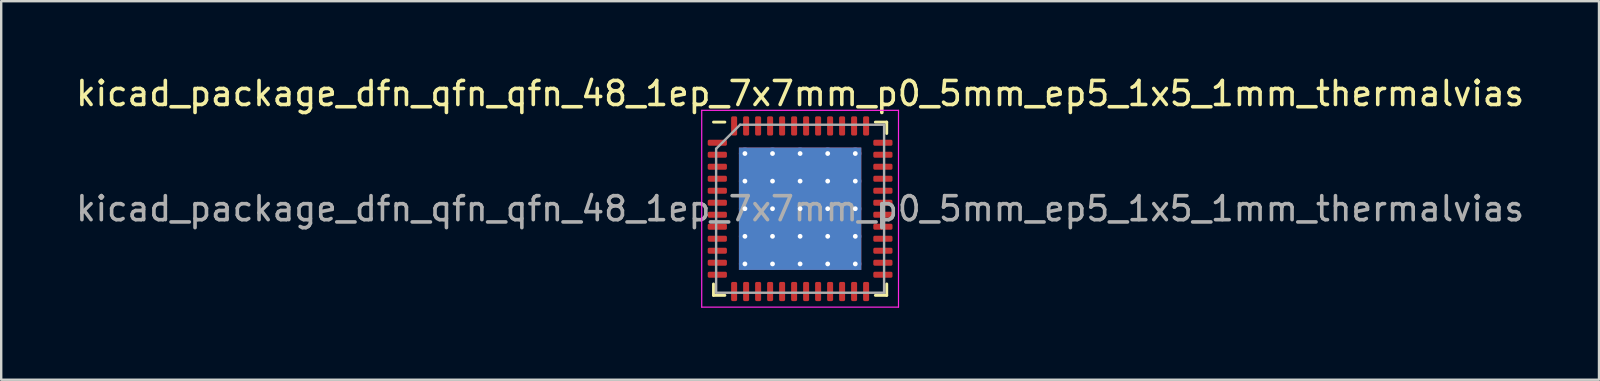
<source format=kicad_pcb>
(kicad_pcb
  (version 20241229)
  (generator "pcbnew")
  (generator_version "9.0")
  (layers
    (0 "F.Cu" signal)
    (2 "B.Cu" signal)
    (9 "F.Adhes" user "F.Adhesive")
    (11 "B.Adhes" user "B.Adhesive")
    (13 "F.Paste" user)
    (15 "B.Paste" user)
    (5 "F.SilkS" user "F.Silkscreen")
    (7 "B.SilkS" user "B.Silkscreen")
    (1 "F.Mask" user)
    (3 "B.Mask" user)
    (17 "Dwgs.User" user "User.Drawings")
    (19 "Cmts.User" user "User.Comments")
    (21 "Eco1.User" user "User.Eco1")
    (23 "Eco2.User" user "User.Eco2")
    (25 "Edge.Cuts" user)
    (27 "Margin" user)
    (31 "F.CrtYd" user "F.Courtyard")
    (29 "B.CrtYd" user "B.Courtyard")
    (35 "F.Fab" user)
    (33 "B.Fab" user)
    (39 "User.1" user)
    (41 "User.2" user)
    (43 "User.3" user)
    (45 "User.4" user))
  (footprint "kicad_package_dfn_qfn_qfn_48_1ep_7x7mm_p0_5mm_ep5_1x5_1mm_thermalvias"
    (layer "F.Cu")
    (at 30.292 5.648)
    (property "Reference" "kicad_package_dfn_qfn_qfn_48_1ep_7x7mm_p0_5mm_ep5_1x5_1mm_thermalvias" (at 0 -4.8 0) (layer "F.SilkS") (effects (font (size 1 1) (thickness 0.15))))
    (attr smd)
    (fp_line (start -3.61 3.61) (end -3.61 3.135) (stroke (width 0.12) (type solid)) (layer "F.SilkS"))
    (fp_line (start -3.135 -3.61) (end -3.61 -3.61) (stroke (width 0.12) (type solid)) (layer "F.SilkS"))
    (fp_line (start -3.135 3.61) (end -3.61 3.61) (stroke (width 0.12) (type solid)) (layer "F.SilkS"))
    (fp_line (start 3.135 -3.61) (end 3.61 -3.61) (stroke (width 0.12) (type solid)) (layer "F.SilkS"))
    (fp_line (start 3.135 3.61) (end 3.61 3.61) (stroke (width 0.12) (type solid)) (layer "F.SilkS"))
    (fp_line (start 3.61 -3.61) (end 3.61 -3.135) (stroke (width 0.12) (type solid)) (layer "F.SilkS"))
    (fp_line (start 3.61 3.61) (end 3.61 3.135) (stroke (width 0.12) (type solid)) (layer "F.SilkS"))
    (fp_line (start -4.1 -4.1) (end -4.1 4.1) (stroke (width 0.05) (type solid)) (layer "F.CrtYd"))
    (fp_line (start -4.1 4.1) (end 4.1 4.1) (stroke (width 0.05) (type solid)) (layer "F.CrtYd"))
    (fp_line (start 4.1 -4.1) (end -4.1 -4.1) (stroke (width 0.05) (type solid)) (layer "F.CrtYd"))
    (fp_line (start 4.1 4.1) (end 4.1 -4.1) (stroke (width 0.05) (type solid)) (layer "F.CrtYd"))
    (fp_line (start -3.5 -2.5) (end -2.5 -3.5) (stroke (width 0.1) (type solid)) (layer "F.Fab"))
    (fp_line (start -3.5 3.5) (end -3.5 -2.5) (stroke (width 0.1) (type solid)) (layer "F.Fab"))
    (fp_line (start -2.5 -3.5) (end 3.5 -3.5) (stroke (width 0.1) (type solid)) (layer "F.Fab"))
    (fp_line (start 3.5 -3.5) (end 3.5 3.5) (stroke (width 0.1) (type solid)) (layer "F.Fab"))
    (fp_line (start 3.5 3.5) (end -3.5 3.5) (stroke (width 0.1) (type solid)) (layer "F.Fab"))
    (fp_text user "${REFERENCE}" (at 0 0 0) (layer "F.Fab") (effects (font (size 1 1) (thickness 0.15))))
    (pad "" smd roundrect (at -1.725 -1.725) (size 0.988 0.988) (layers "F.Paste") (roundrect_rratio 0.25))
    (pad "" smd roundrect (at -1.725 -0.575) (size 0.988 0.988) (layers "F.Paste") (roundrect_rratio 0.25))
    (pad "" smd roundrect (at -1.725 0.575) (size 0.988 0.988) (layers "F.Paste") (roundrect_rratio 0.25))
    (pad "" smd roundrect (at -1.725 1.725) (size 0.988 0.988) (layers "F.Paste") (roundrect_rratio 0.25))
    (pad "" smd roundrect (at -0.575 -1.725) (size 0.988 0.988) (layers "F.Paste") (roundrect_rratio 0.25))
    (pad "" smd roundrect (at -0.575 -0.575) (size 0.988 0.988) (layers "F.Paste") (roundrect_rratio 0.25))
    (pad "" smd roundrect (at -0.575 0.575) (size 0.988 0.988) (layers "F.Paste") (roundrect_rratio 0.25))
    (pad "" smd roundrect (at -0.575 1.725) (size 0.988 0.988) (layers "F.Paste") (roundrect_rratio 0.25))
    (pad "" smd roundrect (at 0.575 -1.725) (size 0.988 0.988) (layers "F.Paste") (roundrect_rratio 0.25))
    (pad "" smd roundrect (at 0.575 -0.575) (size 0.988 0.988) (layers "F.Paste") (roundrect_rratio 0.25))
    (pad "" smd roundrect (at 0.575 0.575) (size 0.988 0.988) (layers "F.Paste") (roundrect_rratio 0.25))
    (pad "" smd roundrect (at 0.575 1.725) (size 0.988 0.988) (layers "F.Paste") (roundrect_rratio 0.25))
    (pad "" smd roundrect (at 1.725 -1.725) (size 0.988 0.988) (layers "F.Paste") (roundrect_rratio 0.25))
    (pad "" smd roundrect (at 1.725 -0.575) (size 0.988 0.988) (layers "F.Paste") (roundrect_rratio 0.25))
    (pad "" smd roundrect (at 1.725 0.575) (size 0.988 0.988) (layers "F.Paste") (roundrect_rratio 0.25))
    (pad "" smd roundrect (at 1.725 1.725) (size 0.988 0.988) (layers "F.Paste") (roundrect_rratio 0.25))
    (pad "1" smd roundrect (at -3.45 -2.75) (size 0.8 0.25) (layers "F.Cu" "F.Mask" "F.Paste") (roundrect_rratio 0.25))
    (pad "2" smd roundrect (at -3.45 -2.25) (size 0.8 0.25) (layers "F.Cu" "F.Mask" "F.Paste") (roundrect_rratio 0.25))
    (pad "3" smd roundrect (at -3.45 -1.75) (size 0.8 0.25) (layers "F.Cu" "F.Mask" "F.Paste") (roundrect_rratio 0.25))
    (pad "4" smd roundrect (at -3.45 -1.25) (size 0.8 0.25) (layers "F.Cu" "F.Mask" "F.Paste") (roundrect_rratio 0.25))
    (pad "5" smd roundrect (at -3.45 -0.75) (size 0.8 0.25) (layers "F.Cu" "F.Mask" "F.Paste") (roundrect_rratio 0.25))
    (pad "6" smd roundrect (at -3.45 -0.25) (size 0.8 0.25) (layers "F.Cu" "F.Mask" "F.Paste") (roundrect_rratio 0.25))
    (pad "7" smd roundrect (at -3.45 0.25) (size 0.8 0.25) (layers "F.Cu" "F.Mask" "F.Paste") (roundrect_rratio 0.25))
    (pad "8" smd roundrect (at -3.45 0.75) (size 0.8 0.25) (layers "F.Cu" "F.Mask" "F.Paste") (roundrect_rratio 0.25))
    (pad "9" smd roundrect (at -3.45 1.25) (size 0.8 0.25) (layers "F.Cu" "F.Mask" "F.Paste") (roundrect_rratio 0.25))
    (pad "10" smd roundrect (at -3.45 1.75) (size 0.8 0.25) (layers "F.Cu" "F.Mask" "F.Paste") (roundrect_rratio 0.25))
    (pad "11" smd roundrect (at -3.45 2.25) (size 0.8 0.25) (layers "F.Cu" "F.Mask" "F.Paste") (roundrect_rratio 0.25))
    (pad "12" smd roundrect (at -3.45 2.75) (size 0.8 0.25) (layers "F.Cu" "F.Mask" "F.Paste") (roundrect_rratio 0.25))
    (pad "13" smd roundrect (at -2.75 3.45) (size 0.25 0.8) (layers "F.Cu" "F.Mask" "F.Paste") (roundrect_rratio 0.25))
    (pad "14" smd roundrect (at -2.25 3.45) (size 0.25 0.8) (layers "F.Cu" "F.Mask" "F.Paste") (roundrect_rratio 0.25))
    (pad "15" smd roundrect (at -1.75 3.45) (size 0.25 0.8) (layers "F.Cu" "F.Mask" "F.Paste") (roundrect_rratio 0.25))
    (pad "16" smd roundrect (at -1.25 3.45) (size 0.25 0.8) (layers "F.Cu" "F.Mask" "F.Paste") (roundrect_rratio 0.25))
    (pad "17" smd roundrect (at -0.75 3.45) (size 0.25 0.8) (layers "F.Cu" "F.Mask" "F.Paste") (roundrect_rratio 0.25))
    (pad "18" smd roundrect (at -0.25 3.45) (size 0.25 0.8) (layers "F.Cu" "F.Mask" "F.Paste") (roundrect_rratio 0.25))
    (pad "19" smd roundrect (at 0.25 3.45) (size 0.25 0.8) (layers "F.Cu" "F.Mask" "F.Paste") (roundrect_rratio 0.25))
    (pad "20" smd roundrect (at 0.75 3.45) (size 0.25 0.8) (layers "F.Cu" "F.Mask" "F.Paste") (roundrect_rratio 0.25))
    (pad "21" smd roundrect (at 1.25 3.45) (size 0.25 0.8) (layers "F.Cu" "F.Mask" "F.Paste") (roundrect_rratio 0.25))
    (pad "22" smd roundrect (at 1.75 3.45) (size 0.25 0.8) (layers "F.Cu" "F.Mask" "F.Paste") (roundrect_rratio 0.25))
    (pad "23" smd roundrect (at 2.25 3.45) (size 0.25 0.8) (layers "F.Cu" "F.Mask" "F.Paste") (roundrect_rratio 0.25))
    (pad "24" smd roundrect (at 2.75 3.45) (size 0.25 0.8) (layers "F.Cu" "F.Mask" "F.Paste") (roundrect_rratio 0.25))
    (pad "25" smd roundrect (at 3.45 2.75) (size 0.8 0.25) (layers "F.Cu" "F.Mask" "F.Paste") (roundrect_rratio 0.25))
    (pad "26" smd roundrect (at 3.45 2.25) (size 0.8 0.25) (layers "F.Cu" "F.Mask" "F.Paste") (roundrect_rratio 0.25))
    (pad "27" smd roundrect (at 3.45 1.75) (size 0.8 0.25) (layers "F.Cu" "F.Mask" "F.Paste") (roundrect_rratio 0.25))
    (pad "28" smd roundrect (at 3.45 1.25) (size 0.8 0.25) (layers "F.Cu" "F.Mask" "F.Paste") (roundrect_rratio 0.25))
    (pad "29" smd roundrect (at 3.45 0.75) (size 0.8 0.25) (layers "F.Cu" "F.Mask" "F.Paste") (roundrect_rratio 0.25))
    (pad "30" smd roundrect (at 3.45 0.25) (size 0.8 0.25) (layers "F.Cu" "F.Mask" "F.Paste") (roundrect_rratio 0.25))
    (pad "31" smd roundrect (at 3.45 -0.25) (size 0.8 0.25) (layers "F.Cu" "F.Mask" "F.Paste") (roundrect_rratio 0.25))
    (pad "32" smd roundrect (at 3.45 -0.75) (size 0.8 0.25) (layers "F.Cu" "F.Mask" "F.Paste") (roundrect_rratio 0.25))
    (pad "33" smd roundrect (at 3.45 -1.25) (size 0.8 0.25) (layers "F.Cu" "F.Mask" "F.Paste") (roundrect_rratio 0.25))
    (pad "34" smd roundrect (at 3.45 -1.75) (size 0.8 0.25) (layers "F.Cu" "F.Mask" "F.Paste") (roundrect_rratio 0.25))
    (pad "35" smd roundrect (at 3.45 -2.25) (size 0.8 0.25) (layers "F.Cu" "F.Mask" "F.Paste") (roundrect_rratio 0.25))
    (pad "36" smd roundrect (at 3.45 -2.75) (size 0.8 0.25) (layers "F.Cu" "F.Mask" "F.Paste") (roundrect_rratio 0.25))
    (pad "37" smd roundrect (at 2.75 -3.45) (size 0.25 0.8) (layers "F.Cu" "F.Mask" "F.Paste") (roundrect_rratio 0.25))
    (pad "38" smd roundrect (at 2.25 -3.45) (size 0.25 0.8) (layers "F.Cu" "F.Mask" "F.Paste") (roundrect_rratio 0.25))
    (pad "39" smd roundrect (at 1.75 -3.45) (size 0.25 0.8) (layers "F.Cu" "F.Mask" "F.Paste") (roundrect_rratio 0.25))
    (pad "40" smd roundrect (at 1.25 -3.45) (size 0.25 0.8) (layers "F.Cu" "F.Mask" "F.Paste") (roundrect_rratio 0.25))
    (pad "41" smd roundrect (at 0.75 -3.45) (size 0.25 0.8) (layers "F.Cu" "F.Mask" "F.Paste") (roundrect_rratio 0.25))
    (pad "42" smd roundrect (at 0.25 -3.45) (size 0.25 0.8) (layers "F.Cu" "F.Mask" "F.Paste") (roundrect_rratio 0.25))
    (pad "43" smd roundrect (at -0.25 -3.45) (size 0.25 0.8) (layers "F.Cu" "F.Mask" "F.Paste") (roundrect_rratio 0.25))
    (pad "44" smd roundrect (at -0.75 -3.45) (size 0.25 0.8) (layers "F.Cu" "F.Mask" "F.Paste") (roundrect_rratio 0.25))
    (pad "45" smd roundrect (at -1.25 -3.45) (size 0.25 0.8) (layers "F.Cu" "F.Mask" "F.Paste") (roundrect_rratio 0.25))
    (pad "46" smd roundrect (at -1.75 -3.45) (size 0.25 0.8) (layers "F.Cu" "F.Mask" "F.Paste") (roundrect_rratio 0.25))
    (pad "47" smd roundrect (at -2.25 -3.45) (size 0.25 0.8) (layers "F.Cu" "F.Mask" "F.Paste") (roundrect_rratio 0.25))
    (pad "48" smd roundrect (at -2.75 -3.45) (size 0.25 0.8) (layers "F.Cu" "F.Mask" "F.Paste") (roundrect_rratio 0.25))
    (pad "49" thru_hole circle (at -2.3 -2.3) (size 0.5 0.5) (drill 0.2) (layers "*.Cu"))
    (pad "49" thru_hole circle (at -2.3 -1.15) (size 0.5 0.5) (drill 0.2) (layers "*.Cu"))
    (pad "49" thru_hole circle (at -2.3 0) (size 0.5 0.5) (drill 0.2) (layers "*.Cu"))
    (pad "49" thru_hole circle (at -2.3 1.15) (size 0.5 0.5) (drill 0.2) (layers "*.Cu"))
    (pad "49" thru_hole circle (at -2.3 2.3) (size 0.5 0.5) (drill 0.2) (layers "*.Cu"))
    (pad "49" thru_hole circle (at -1.15 -2.3) (size 0.5 0.5) (drill 0.2) (layers "*.Cu"))
    (pad "49" thru_hole circle (at -1.15 -1.15) (size 0.5 0.5) (drill 0.2) (layers "*.Cu"))
    (pad "49" thru_hole circle (at -1.15 0) (size 0.5 0.5) (drill 0.2) (layers "*.Cu"))
    (pad "49" thru_hole circle (at -1.15 1.15) (size 0.5 0.5) (drill 0.2) (layers "*.Cu"))
    (pad "49" thru_hole circle (at -1.15 2.3) (size 0.5 0.5) (drill 0.2) (layers "*.Cu"))
    (pad "49" thru_hole circle (at 0 -2.3) (size 0.5 0.5) (drill 0.2) (layers "*.Cu"))
    (pad "49" thru_hole circle (at 0 -1.15) (size 0.5 0.5) (drill 0.2) (layers "*.Cu"))
    (pad "49" thru_hole circle (at 0 0) (size 0.5 0.5) (drill 0.2) (layers "*.Cu"))
    (pad "49" smd rect (at 0 0) (size 5.1 5.1) (layers "F.Cu" "F.Mask"))
    (pad "49" smd rect (at 0 0) (size 5.1 5.1) (layers "B.Cu"))
    (pad "49" thru_hole circle (at 0 1.15) (size 0.5 0.5) (drill 0.2) (layers "*.Cu"))
    (pad "49" thru_hole circle (at 0 2.3) (size 0.5 0.5) (drill 0.2) (layers "*.Cu"))
    (pad "49" thru_hole circle (at 1.15 -2.3) (size 0.5 0.5) (drill 0.2) (layers "*.Cu"))
    (pad "49" thru_hole circle (at 1.15 -1.15) (size 0.5 0.5) (drill 0.2) (layers "*.Cu"))
    (pad "49" thru_hole circle (at 1.15 0) (size 0.5 0.5) (drill 0.2) (layers "*.Cu"))
    (pad "49" thru_hole circle (at 1.15 1.15) (size 0.5 0.5) (drill 0.2) (layers "*.Cu"))
    (pad "49" thru_hole circle (at 1.15 2.3) (size 0.5 0.5) (drill 0.2) (layers "*.Cu"))
    (pad "49" thru_hole circle (at 2.3 -2.3) (size 0.5 0.5) (drill 0.2) (layers "*.Cu"))
    (pad "49" thru_hole circle (at 2.3 -1.15) (size 0.5 0.5) (drill 0.2) (layers "*.Cu"))
    (pad "49" thru_hole circle (at 2.3 0) (size 0.5 0.5) (drill 0.2) (layers "*.Cu"))
    (pad "49" thru_hole circle (at 2.3 1.15) (size 0.5 0.5) (drill 0.2) (layers "*.Cu"))
    (pad "49" thru_hole circle (at 2.3 2.3) (size 0.5 0.5) (drill 0.2) (layers "*.Cu")))
  (gr_rect
    (start -3 -3)
    (end 63.583 12.773)
    (stroke (width 0.1) (type default))
    (fill no)
    (layer "Edge.Cuts")))
</source>
